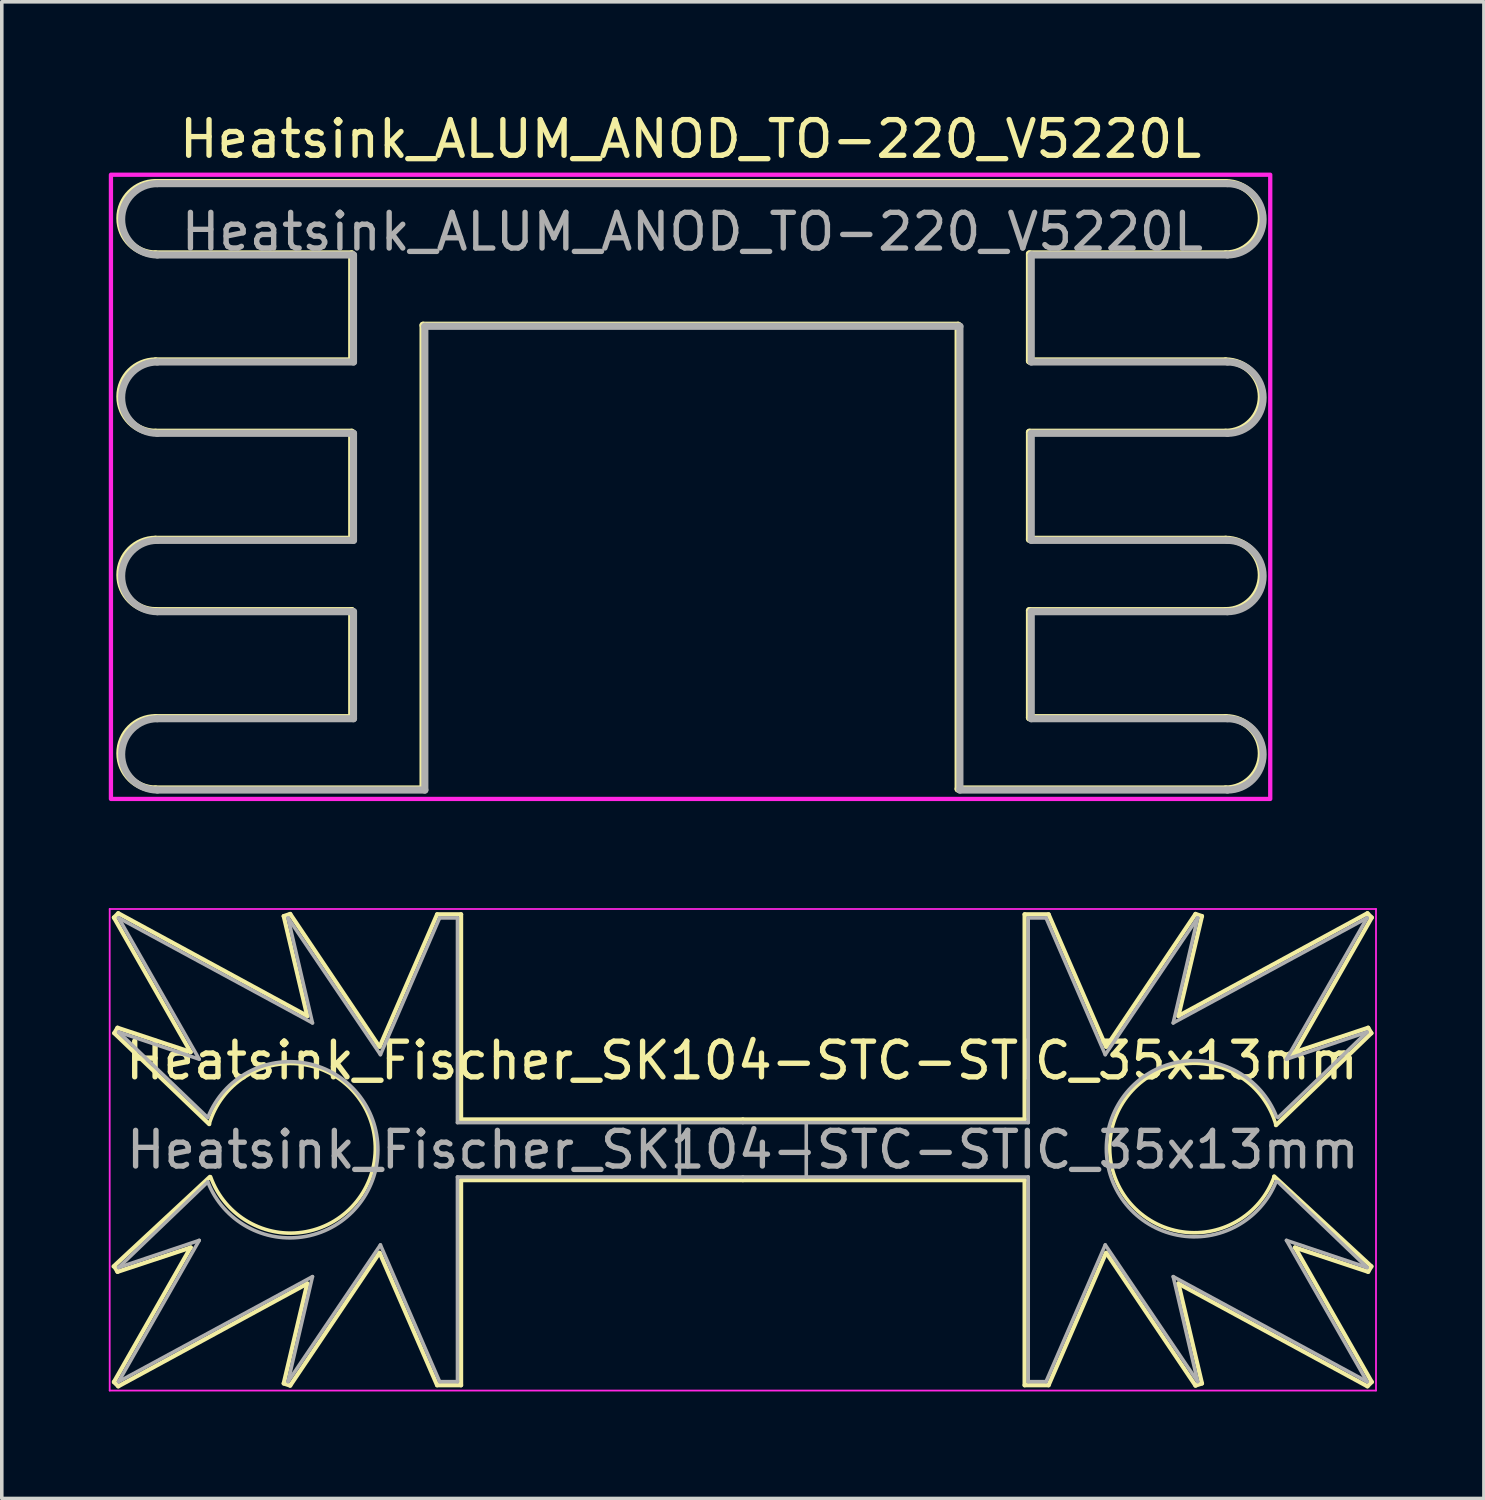
<source format=kicad_pcb>
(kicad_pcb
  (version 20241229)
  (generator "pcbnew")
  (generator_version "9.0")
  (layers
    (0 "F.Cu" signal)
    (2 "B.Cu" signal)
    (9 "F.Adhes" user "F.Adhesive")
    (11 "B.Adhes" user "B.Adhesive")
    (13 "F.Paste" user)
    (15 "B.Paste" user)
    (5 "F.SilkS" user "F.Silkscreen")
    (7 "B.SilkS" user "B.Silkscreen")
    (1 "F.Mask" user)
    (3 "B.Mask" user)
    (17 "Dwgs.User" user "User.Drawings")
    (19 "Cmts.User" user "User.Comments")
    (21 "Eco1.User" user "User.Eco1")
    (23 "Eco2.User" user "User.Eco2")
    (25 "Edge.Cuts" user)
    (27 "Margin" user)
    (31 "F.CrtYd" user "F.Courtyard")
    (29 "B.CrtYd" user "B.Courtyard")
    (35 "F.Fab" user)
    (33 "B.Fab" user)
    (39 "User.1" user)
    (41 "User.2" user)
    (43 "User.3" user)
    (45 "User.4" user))
  (footprint "Heatsink_Fischer_SK104-STC-STIC_35x13mm"
    (layer "F.Cu")
    (at 17.775 29.183)
    (property "Reference" "Heatsink_Fischer_SK104-STC-STIC_35x13mm" (at -0.025 -2.5 0) (layer "F.SilkS") (effects (font (size 1 1) (thickness 0.15))))
    (attr through_hole)
    (fp_line (start -17.64 3.27) (end -14.94 0.76) (stroke (width 0.12) (type solid)) (layer "F.SilkS"))
    (fp_line (start -17.63 -6.51) (end -15.48 -2.74) (stroke (width 0.12) (type solid)) (layer "F.SilkS"))
    (fp_line (start -17.63 6.51) (end -15.48 2.74) (stroke (width 0.12) (type solid)) (layer "F.SilkS"))
    (fp_line (start -17.62 -3.27) (end -14.96 -0.72) (stroke (width 0.12) (type solid)) (layer "F.SilkS"))
    (fp_line (start -17.53 -3.42) (end -17.62 -3.27) (stroke (width 0.12) (type solid)) (layer "F.SilkS"))
    (fp_line (start -17.53 3.42) (end -17.62 3.27) (stroke (width 0.12) (type solid)) (layer "F.SilkS"))
    (fp_line (start -17.51 -6.63) (end -17.63 -6.51) (stroke (width 0.12) (type solid)) (layer "F.SilkS"))
    (fp_line (start -17.51 6.63) (end -17.63 6.51) (stroke (width 0.12) (type solid)) (layer "F.SilkS"))
    (fp_line (start -15.48 -2.74) (end -17.53 -3.42) (stroke (width 0.12) (type solid)) (layer "F.SilkS"))
    (fp_line (start -15.48 2.74) (end -17.53 3.42) (stroke (width 0.12) (type solid)) (layer "F.SilkS"))
    (fp_line (start -12.87 -6.55) (end -12.21 -3.75) (stroke (width 0.12) (type solid)) (layer "F.SilkS"))
    (fp_line (start -12.87 6.55) (end -12.21 3.75) (stroke (width 0.12) (type solid)) (layer "F.SilkS"))
    (fp_line (start -12.69 -6.61) (end -12.87 -6.55) (stroke (width 0.12) (type solid)) (layer "F.SilkS"))
    (fp_line (start -12.69 6.61) (end -12.87 6.55) (stroke (width 0.12) (type solid)) (layer "F.SilkS"))
    (fp_line (start -12.21 -3.75) (end -17.51 -6.63) (stroke (width 0.12) (type solid)) (layer "F.SilkS"))
    (fp_line (start -12.21 3.75) (end -17.51 6.63) (stroke (width 0.12) (type solid)) (layer "F.SilkS"))
    (fp_line (start -10.19 -2.89) (end -12.69 -6.61) (stroke (width 0.12) (type solid)) (layer "F.SilkS"))
    (fp_line (start -10.19 2.89) (end -12.69 6.61) (stroke (width 0.12) (type solid)) (layer "F.SilkS"))
    (fp_line (start -8.57 -6.6) (end -10.18 -2.89) (stroke (width 0.12) (type solid)) (layer "F.SilkS"))
    (fp_line (start -8.57 6.6) (end -10.18 2.89) (stroke (width 0.12) (type solid)) (layer "F.SilkS"))
    (fp_line (start -7.9 -6.6) (end -8.57 -6.6) (stroke (width 0.12) (type solid)) (layer "F.SilkS"))
    (fp_line (start -7.9 -0.85) (end -7.9 -6.6) (stroke (width 0.12) (type solid)) (layer "F.SilkS"))
    (fp_line (start -7.9 0.85) (end -7.9 6.6) (stroke (width 0.12) (type solid)) (layer "F.SilkS"))
    (fp_line (start -7.9 6.6) (end -8.57 6.6) (stroke (width 0.12) (type solid)) (layer "F.SilkS"))
    (fp_line (start 0 -0.85) (end -7.9 -0.85) (stroke (width 0.12) (type solid)) (layer "F.SilkS"))
    (fp_line (start 0 -0.85) (end 7.9 -0.85) (stroke (width 0.12) (type solid)) (layer "F.SilkS"))
    (fp_line (start 0 0.85) (end -7.9 0.85) (stroke (width 0.12) (type solid)) (layer "F.SilkS"))
    (fp_line (start 0 0.85) (end 7.9 0.85) (stroke (width 0.12) (type solid)) (layer "F.SilkS"))
    (fp_line (start 7.9 -6.6) (end 8.57 -6.6) (stroke (width 0.12) (type solid)) (layer "F.SilkS"))
    (fp_line (start 7.9 -0.85) (end 7.9 -6.6) (stroke (width 0.12) (type solid)) (layer "F.SilkS"))
    (fp_line (start 7.9 0.85) (end 7.9 6.6) (stroke (width 0.12) (type solid)) (layer "F.SilkS"))
    (fp_line (start 7.9 6.6) (end 8.57 6.6) (stroke (width 0.12) (type solid)) (layer "F.SilkS"))
    (fp_line (start 8.57 -6.6) (end 10.18 -2.89) (stroke (width 0.12) (type solid)) (layer "F.SilkS"))
    (fp_line (start 8.57 6.6) (end 10.18 2.89) (stroke (width 0.12) (type solid)) (layer "F.SilkS"))
    (fp_line (start 10.19 -2.89) (end 12.69 -6.61) (stroke (width 0.12) (type solid)) (layer "F.SilkS"))
    (fp_line (start 10.19 2.89) (end 12.69 6.61) (stroke (width 0.12) (type solid)) (layer "F.SilkS"))
    (fp_line (start 12.21 -3.75) (end 17.51 -6.63) (stroke (width 0.12) (type solid)) (layer "F.SilkS"))
    (fp_line (start 12.21 3.75) (end 17.51 6.63) (stroke (width 0.12) (type solid)) (layer "F.SilkS"))
    (fp_line (start 12.69 -6.61) (end 12.87 -6.55) (stroke (width 0.12) (type solid)) (layer "F.SilkS"))
    (fp_line (start 12.69 6.61) (end 12.87 6.55) (stroke (width 0.12) (type solid)) (layer "F.SilkS"))
    (fp_line (start 12.87 -6.55) (end 12.21 -3.75) (stroke (width 0.12) (type solid)) (layer "F.SilkS"))
    (fp_line (start 12.87 6.55) (end 12.21 3.75) (stroke (width 0.12) (type solid)) (layer "F.SilkS"))
    (fp_line (start 15.48 -2.74) (end 17.53 -3.42) (stroke (width 0.12) (type solid)) (layer "F.SilkS"))
    (fp_line (start 15.48 2.74) (end 17.53 3.42) (stroke (width 0.12) (type solid)) (layer "F.SilkS"))
    (fp_line (start 17.51 -6.63) (end 17.63 -6.51) (stroke (width 0.12) (type solid)) (layer "F.SilkS"))
    (fp_line (start 17.51 6.63) (end 17.63 6.51) (stroke (width 0.12) (type solid)) (layer "F.SilkS"))
    (fp_line (start 17.53 -3.42) (end 17.62 -3.27) (stroke (width 0.12) (type solid)) (layer "F.SilkS"))
    (fp_line (start 17.53 3.42) (end 17.62 3.27) (stroke (width 0.12) (type solid)) (layer "F.SilkS"))
    (fp_line (start 17.62 -3.27) (end 14.946 -0.691) (stroke (width 0.12) (type solid)) (layer "F.SilkS"))
    (fp_line (start 17.62 3.27) (end 14.896 0.749) (stroke (width 0.12) (type solid)) (layer "F.SilkS"))
    (fp_line (start 17.63 -6.51) (end 15.48 -2.74) (stroke (width 0.12) (type solid)) (layer "F.SilkS"))
    (fp_line (start 17.63 6.51) (end 15.48 2.74) (stroke (width 0.12) (type solid)) (layer "F.SilkS"))
    (fp_arc (start -14.96 -0.72) (mid -10.304142 -0.075729) (end -14.92 0.76) (stroke (width 0.1) (type solid)) (layer "F.SilkS"))
    (fp_arc (start 14.89644 0.74852) (mid 10.28671 -0.132404) (end 14.94644 -0.69148) (stroke (width 0.1) (type solid)) (layer "F.SilkS"))
    (fp_line (start -17.75 -6.75) (end -17.75 6.75) (stroke (width 0.05) (type solid)) (layer "F.CrtYd"))
    (fp_line (start -17.75 -6.75) (end 17.75 -6.75) (stroke (width 0.05) (type solid)) (layer "F.CrtYd"))
    (fp_line (start 17.75 6.75) (end -17.75 6.75) (stroke (width 0.05) (type solid)) (layer "F.CrtYd"))
    (fp_line (start 17.75 6.75) (end 17.75 -6.75) (stroke (width 0.05) (type solid)) (layer "F.CrtYd"))
    (fp_line (start -17.5 -6.5) (end -15.24 -2.54) (stroke (width 0.1) (type solid)) (layer "F.Fab"))
    (fp_line (start -17.5 -6.5) (end -12.065 -3.556) (stroke (width 0.1) (type solid)) (layer "F.Fab"))
    (fp_line (start -17.5 -3.3) (end -15 -0.9) (stroke (width 0.1) (type solid)) (layer "F.Fab"))
    (fp_line (start -17.5 3.3) (end -15 0.9) (stroke (width 0.1) (type solid)) (layer "F.Fab"))
    (fp_line (start -17.5 6.5) (end -15.24 2.54) (stroke (width 0.1) (type solid)) (layer "F.Fab"))
    (fp_line (start -17.5 6.5) (end -12.065 3.556) (stroke (width 0.1) (type solid)) (layer "F.Fab"))
    (fp_line (start -15.24 -2.54) (end -17.5 -3.3) (stroke (width 0.1) (type solid)) (layer "F.Fab"))
    (fp_line (start -15.24 2.54) (end -17.5 3.3) (stroke (width 0.1) (type solid)) (layer "F.Fab"))
    (fp_line (start -12.065 -3.556) (end -12.75 -6.5) (stroke (width 0.1) (type solid)) (layer "F.Fab"))
    (fp_line (start -12.065 3.556) (end -12.75 6.5) (stroke (width 0.1) (type solid)) (layer "F.Fab"))
    (fp_line (start -10.16 -2.667) (end -12.75 -6.5) (stroke (width 0.1) (type solid)) (layer "F.Fab"))
    (fp_line (start -10.16 2.667) (end -12.75 6.5) (stroke (width 0.1) (type solid)) (layer "F.Fab"))
    (fp_line (start -8.5 -6.5) (end -10.16 -2.667) (stroke (width 0.1) (type solid)) (layer "F.Fab"))
    (fp_line (start -8.5 6.5) (end -10.16 2.667) (stroke (width 0.1) (type solid)) (layer "F.Fab"))
    (fp_line (start -8.001 -0.762) (end -8 -6.5) (stroke (width 0.1) (type solid)) (layer "F.Fab"))
    (fp_line (start -8.001 0.762) (end -8 6.5) (stroke (width 0.1) (type solid)) (layer "F.Fab"))
    (fp_line (start -8 -6.5) (end -8.5 -6.5) (stroke (width 0.1) (type solid)) (layer "F.Fab"))
    (fp_line (start -8 6.5) (end -8.5 6.5) (stroke (width 0.1) (type solid)) (layer "F.Fab"))
    (fp_line (start -1.778 0.762) (end -1.778 -0.762) (stroke (width 0.1) (type solid)) (layer "F.Fab"))
    (fp_line (start 0 -0.762) (end -8.001 -0.762) (stroke (width 0.1) (type solid)) (layer "F.Fab"))
    (fp_line (start 0 -0.762) (end 8.001 -0.762) (stroke (width 0.1) (type solid)) (layer "F.Fab"))
    (fp_line (start 0 0.762) (end -8.001 0.762) (stroke (width 0.1) (type solid)) (layer "F.Fab"))
    (fp_line (start 0 0.762) (end 8.001 0.762) (stroke (width 0.1) (type solid)) (layer "F.Fab"))
    (fp_line (start 1.778 -0.762) (end 1.778 0.762) (stroke (width 0.1) (type solid)) (layer "F.Fab"))
    (fp_line (start 8 -6.5) (end 8.5 -6.5) (stroke (width 0.1) (type solid)) (layer "F.Fab"))
    (fp_line (start 8 6.5) (end 8.5 6.5) (stroke (width 0.1) (type solid)) (layer "F.Fab"))
    (fp_line (start 8.001 -0.762) (end 8 -6.5) (stroke (width 0.1) (type solid)) (layer "F.Fab"))
    (fp_line (start 8.001 0.762) (end 8 6.5) (stroke (width 0.1) (type solid)) (layer "F.Fab"))
    (fp_line (start 8.5 -6.5) (end 10.16 -2.667) (stroke (width 0.1) (type solid)) (layer "F.Fab"))
    (fp_line (start 8.5 6.5) (end 10.16 2.667) (stroke (width 0.1) (type solid)) (layer "F.Fab"))
    (fp_line (start 10.16 -2.667) (end 12.75 -6.5) (stroke (width 0.1) (type solid)) (layer "F.Fab"))
    (fp_line (start 10.16 2.667) (end 12.75 6.5) (stroke (width 0.1) (type solid)) (layer "F.Fab"))
    (fp_line (start 12.065 -3.556) (end 12.75 -6.5) (stroke (width 0.1) (type solid)) (layer "F.Fab"))
    (fp_line (start 12.065 3.556) (end 12.75 6.5) (stroke (width 0.1) (type solid)) (layer "F.Fab"))
    (fp_line (start 15.24 -2.54) (end 17.5 -3.3) (stroke (width 0.1) (type solid)) (layer "F.Fab"))
    (fp_line (start 15.24 2.54) (end 17.5 3.3) (stroke (width 0.1) (type solid)) (layer "F.Fab"))
    (fp_line (start 17.5 -6.5) (end 12.065 -3.556) (stroke (width 0.1) (type solid)) (layer "F.Fab"))
    (fp_line (start 17.5 -6.5) (end 15.24 -2.54) (stroke (width 0.1) (type solid)) (layer "F.Fab"))
    (fp_line (start 17.5 -3.3) (end 15 -0.9) (stroke (width 0.1) (type solid)) (layer "F.Fab"))
    (fp_line (start 17.5 3.3) (end 15 0.9) (stroke (width 0.1) (type solid)) (layer "F.Fab"))
    (fp_line (start 17.5 6.5) (end 12.065 3.556) (stroke (width 0.1) (type solid)) (layer "F.Fab"))
    (fp_line (start 17.5 6.5) (end 15.24 2.54) (stroke (width 0.1) (type solid)) (layer "F.Fab"))
    (fp_arc (start -14.99272 -0.918387) (mid -10.230202 0.009888) (end -15 0.9) (stroke (width 0.1) (type solid)) (layer "F.Fab"))
    (fp_arc (start 14.95272 0.888387) (mid 10.190202 -0.039888) (end 14.96 -0.93) (stroke (width 0.1) (type solid)) (layer "F.Fab"))
    (fp_text user "${REFERENCE}" (at 0 0 0) (layer "F.Fab") (effects (font (size 1 1) (thickness 0.15)))))
  (footprint "Heatsink_ALUM_ANOD_TO-220_V5220L"
    (layer "F.Cu")
    (at 16.36 10.548)
    (property "Reference" "Heatsink_ALUM_ANOD_TO-220_V5220L" (at -0.05 -9.7 0) (unlocked yes) (layer "F.SilkS") (effects (font (size 1 1) (thickness 0.15))))
    (attr through_hole)
    (fp_line (start -15.05 -6.48) (end -9.55 -6.48) (stroke (width 0.2) (type solid)) (layer "F.SilkS"))
    (fp_line (start -15.05 -1.48) (end -9.55 -1.48) (stroke (width 0.2) (type solid)) (layer "F.SilkS"))
    (fp_line (start -15.05 1.52) (end -9.55 1.52) (stroke (width 0.2) (type solid)) (layer "F.SilkS"))
    (fp_line (start -15.05 6.52) (end -9.55 6.52) (stroke (width 0.2) (type solid)) (layer "F.SilkS"))
    (fp_line (start -9.55 -6.48) (end -9.55 -3.48) (stroke (width 0.2) (type solid)) (layer "F.SilkS"))
    (fp_line (start -9.55 -3.48) (end -15.05 -3.48) (stroke (width 0.2) (type solid)) (layer "F.SilkS"))
    (fp_line (start -9.55 -1.48) (end -9.55 1.52) (stroke (width 0.2) (type solid)) (layer "F.SilkS"))
    (fp_line (start -9.55 3.52) (end -15.05 3.52) (stroke (width 0.2) (type solid)) (layer "F.SilkS"))
    (fp_line (start -9.55 6.52) (end -9.55 3.52) (stroke (width 0.2) (type solid)) (layer "F.SilkS"))
    (fp_line (start -7.55 -4.48) (end 7.45 -4.48) (stroke (width 0.2) (type solid)) (layer "F.SilkS"))
    (fp_line (start -7.55 8.52) (end -15.05 8.52) (stroke (width 0.2) (type solid)) (layer "F.SilkS"))
    (fp_line (start -7.55 8.52) (end -7.55 -4.48) (stroke (width 0.2) (type solid)) (layer "F.SilkS"))
    (fp_line (start 7.45 8.52) (end 7.45 -4.48) (stroke (width 0.2) (type solid)) (layer "F.SilkS"))
    (fp_line (start 7.45 8.52) (end 14.95 8.52) (stroke (width 0.2) (type solid)) (layer "F.SilkS"))
    (fp_line (start 9.45 -6.48) (end 9.45 -3.48) (stroke (width 0.2) (type solid)) (layer "F.SilkS"))
    (fp_line (start 9.45 -3.48) (end 14.95 -3.48) (stroke (width 0.2) (type solid)) (layer "F.SilkS"))
    (fp_line (start 9.45 -1.48) (end 9.45 1.52) (stroke (width 0.2) (type solid)) (layer "F.SilkS"))
    (fp_line (start 9.45 3.52) (end 14.95 3.52) (stroke (width 0.2) (type solid)) (layer "F.SilkS"))
    (fp_line (start 9.45 6.52) (end 9.45 3.52) (stroke (width 0.2) (type solid)) (layer "F.SilkS"))
    (fp_line (start 14.95 -8.48) (end -15.05 -8.48) (stroke (width 0.2) (type solid)) (layer "F.SilkS"))
    (fp_line (start 14.95 -6.48) (end 9.45 -6.48) (stroke (width 0.2) (type solid)) (layer "F.SilkS"))
    (fp_line (start 14.95 -1.48) (end 9.45 -1.48) (stroke (width 0.2) (type solid)) (layer "F.SilkS"))
    (fp_line (start 14.95 1.52) (end 9.45 1.52) (stroke (width 0.2) (type solid)) (layer "F.SilkS"))
    (fp_line (start 14.95 6.52) (end 9.45 6.52) (stroke (width 0.2) (type solid)) (layer "F.SilkS"))
    (fp_arc (start -15.05 -6.48) (mid -16.05 -7.48) (end -15.05 -8.48) (stroke (width 0.2) (type solid)) (layer "F.SilkS"))
    (fp_arc (start -15.05 -1.48) (mid -16.05 -2.48) (end -15.05 -3.48) (stroke (width 0.2) (type solid)) (layer "F.SilkS"))
    (fp_arc (start -15.05 3.52) (mid -16.05 2.52) (end -15.05 1.52) (stroke (width 0.2) (type solid)) (layer "F.SilkS"))
    (fp_arc (start -15.05 8.52) (mid -16.05 7.52) (end -15.05 6.52) (stroke (width 0.2) (type solid)) (layer "F.SilkS"))
    (fp_arc (start 14.95 -8.48) (mid 15.95 -7.48) (end 14.95 -6.48) (stroke (width 0.2) (type solid)) (layer "F.SilkS"))
    (fp_arc (start 14.95 -3.48) (mid 15.95 -2.48) (end 14.95 -1.48) (stroke (width 0.2) (type solid)) (layer "F.SilkS"))
    (fp_arc (start 14.95 1.52) (mid 15.95 2.52) (end 14.95 3.52) (stroke (width 0.2) (type solid)) (layer "F.SilkS"))
    (fp_arc (start 14.95 6.52) (mid 15.95 7.52) (end 14.95 8.52) (stroke (width 0.2) (type solid)) (layer "F.SilkS"))
    (fp_circle (center -9.55 0.02) (end -9.54 0.02) (stroke (width 0.0001) (type solid)) (fill yes) (layer "F.SilkS"))
    (fp_circle (center -0.05 -8.48) (end -0.04 -8.48) (stroke (width 0.0001) (type solid)) (fill yes) (layer "F.SilkS"))
    (fp_circle (center -0.05 -4.48) (end -0.04 -4.48) (stroke (width 0.0001) (type solid)) (fill yes) (layer "F.SilkS"))
    (fp_circle (center 9.45 0.02) (end 9.46 0.02) (stroke (width 0.0001) (type solid)) (fill yes) (layer "F.SilkS"))
    (fp_rect (start -16.3 -8.7) (end 16.2 8.8) (stroke (width 0.12) (type solid)) (fill no) (layer "F.CrtYd"))
    (fp_line (start -15 -6.45) (end -9.5 -6.45) (stroke (width 0.2) (type solid)) (layer "F.Fab"))
    (fp_line (start -15 -1.45) (end -9.5 -1.45) (stroke (width 0.2) (type solid)) (layer "F.Fab"))
    (fp_line (start -15 1.55) (end -9.5 1.55) (stroke (width 0.2) (type solid)) (layer "F.Fab"))
    (fp_line (start -15 6.55) (end -9.5 6.55) (stroke (width 0.2) (type solid)) (layer "F.Fab"))
    (fp_line (start -9.5 -6.45) (end -9.5 -3.45) (stroke (width 0.2) (type solid)) (layer "F.Fab"))
    (fp_line (start -9.5 -3.45) (end -15 -3.45) (stroke (width 0.2) (type solid)) (layer "F.Fab"))
    (fp_line (start -9.5 -1.45) (end -9.5 1.55) (stroke (width 0.2) (type solid)) (layer "F.Fab"))
    (fp_line (start -9.5 3.55) (end -15 3.55) (stroke (width 0.2) (type solid)) (layer "F.Fab"))
    (fp_line (start -9.5 6.55) (end -9.5 3.55) (stroke (width 0.2) (type solid)) (layer "F.Fab"))
    (fp_line (start -7.5 -4.45) (end 7.5 -4.45) (stroke (width 0.2) (type solid)) (layer "F.Fab"))
    (fp_line (start -7.5 8.55) (end -15 8.55) (stroke (width 0.2) (type solid)) (layer "F.Fab"))
    (fp_line (start -7.5 8.55) (end -7.5 -4.45) (stroke (width 0.2) (type solid)) (layer "F.Fab"))
    (fp_line (start 7.5 8.55) (end 7.5 -4.45) (stroke (width 0.2) (type solid)) (layer "F.Fab"))
    (fp_line (start 7.5 8.55) (end 15 8.55) (stroke (width 0.2) (type solid)) (layer "F.Fab"))
    (fp_line (start 9.5 -6.45) (end 9.5 -3.45) (stroke (width 0.2) (type solid)) (layer "F.Fab"))
    (fp_line (start 9.5 -3.45) (end 15 -3.45) (stroke (width 0.2) (type solid)) (layer "F.Fab"))
    (fp_line (start 9.5 -1.45) (end 9.5 1.55) (stroke (width 0.2) (type solid)) (layer "F.Fab"))
    (fp_line (start 9.5 3.55) (end 15 3.55) (stroke (width 0.2) (type solid)) (layer "F.Fab"))
    (fp_line (start 9.5 6.55) (end 9.5 3.55) (stroke (width 0.2) (type solid)) (layer "F.Fab"))
    (fp_line (start 15 -8.45) (end -15 -8.45) (stroke (width 0.2) (type solid)) (layer "F.Fab"))
    (fp_line (start 15 -6.45) (end 9.5 -6.45) (stroke (width 0.2) (type solid)) (layer "F.Fab"))
    (fp_line (start 15 -1.45) (end 9.5 -1.45) (stroke (width 0.2) (type solid)) (layer "F.Fab"))
    (fp_line (start 15 1.55) (end 9.5 1.55) (stroke (width 0.2) (type solid)) (layer "F.Fab"))
    (fp_line (start 15 6.55) (end 9.5 6.55) (stroke (width 0.2) (type solid)) (layer "F.Fab"))
    (fp_arc (start -14.999852 -6.449935) (mid -15.999842 -7.449925) (end -14.999852 -8.449915) (stroke (width 0.199998) (type solid)) (layer "F.Fab"))
    (fp_arc (start -14.999852 -1.449985) (mid -15.999842 -2.449975) (end -14.999852 -3.449965) (stroke (width 0.199998) (type solid)) (layer "F.Fab"))
    (fp_arc (start -14.999852 3.549965) (mid -15.999842 2.549975) (end -14.999852 1.549985) (stroke (width 0.199998) (type solid)) (layer "F.Fab"))
    (fp_arc (start -14.999852 8.549915) (mid -15.999842 7.549925) (end -14.999852 6.549935) (stroke (width 0.199998) (type solid)) (layer "F.Fab"))
    (fp_arc (start 14.999848 -8.449915) (mid 15.999843 -7.44992) (end 14.999848 -6.449935) (stroke (width 0.199998) (type solid)) (layer "F.Fab"))
    (fp_arc (start 14.999848 -3.449965) (mid 15.999843 -2.44997) (end 14.999848 -1.449985) (stroke (width 0.199998) (type solid)) (layer "F.Fab"))
    (fp_arc (start 14.999848 1.549985) (mid 15.999843 2.54998) (end 14.999848 3.549965) (stroke (width 0.199998) (type solid)) (layer "F.Fab"))
    (fp_arc (start 14.999848 6.549935) (mid 15.999843 7.54993) (end 14.999848 8.549915) (stroke (width 0.199998) (type solid)) (layer "F.Fab"))
    (fp_circle (center -9.5 0.05) (end -9.49 0.05) (stroke (width 0.000099) (type solid)) (fill no) (layer "F.Fab"))
    (fp_circle (center -0.000002 -8.45) (end 0.01 -8.45) (stroke (width 0.000099) (type solid)) (fill no) (layer "F.Fab"))
    (fp_circle (center -0.000002 -4.45) (end 0.01 -4.45) (stroke (width 0.000099) (type solid)) (fill no) (layer "F.Fab"))
    (fp_circle (center 9.5 0.05) (end 9.51 0.05) (stroke (width 0.000099) (type solid)) (fill no) (layer "F.Fab"))
    (fp_text user "${REFERENCE}" (at 0 -7.1 0) (unlocked yes) (layer "F.Fab") (effects (font (size 1 1) (thickness 0.15)))))
  (gr_rect
    (start -3 -3)
    (end 38.55 38.958)
    (stroke (width 0.1) (type default))
    (fill no)
    (layer "Edge.Cuts")))
</source>
